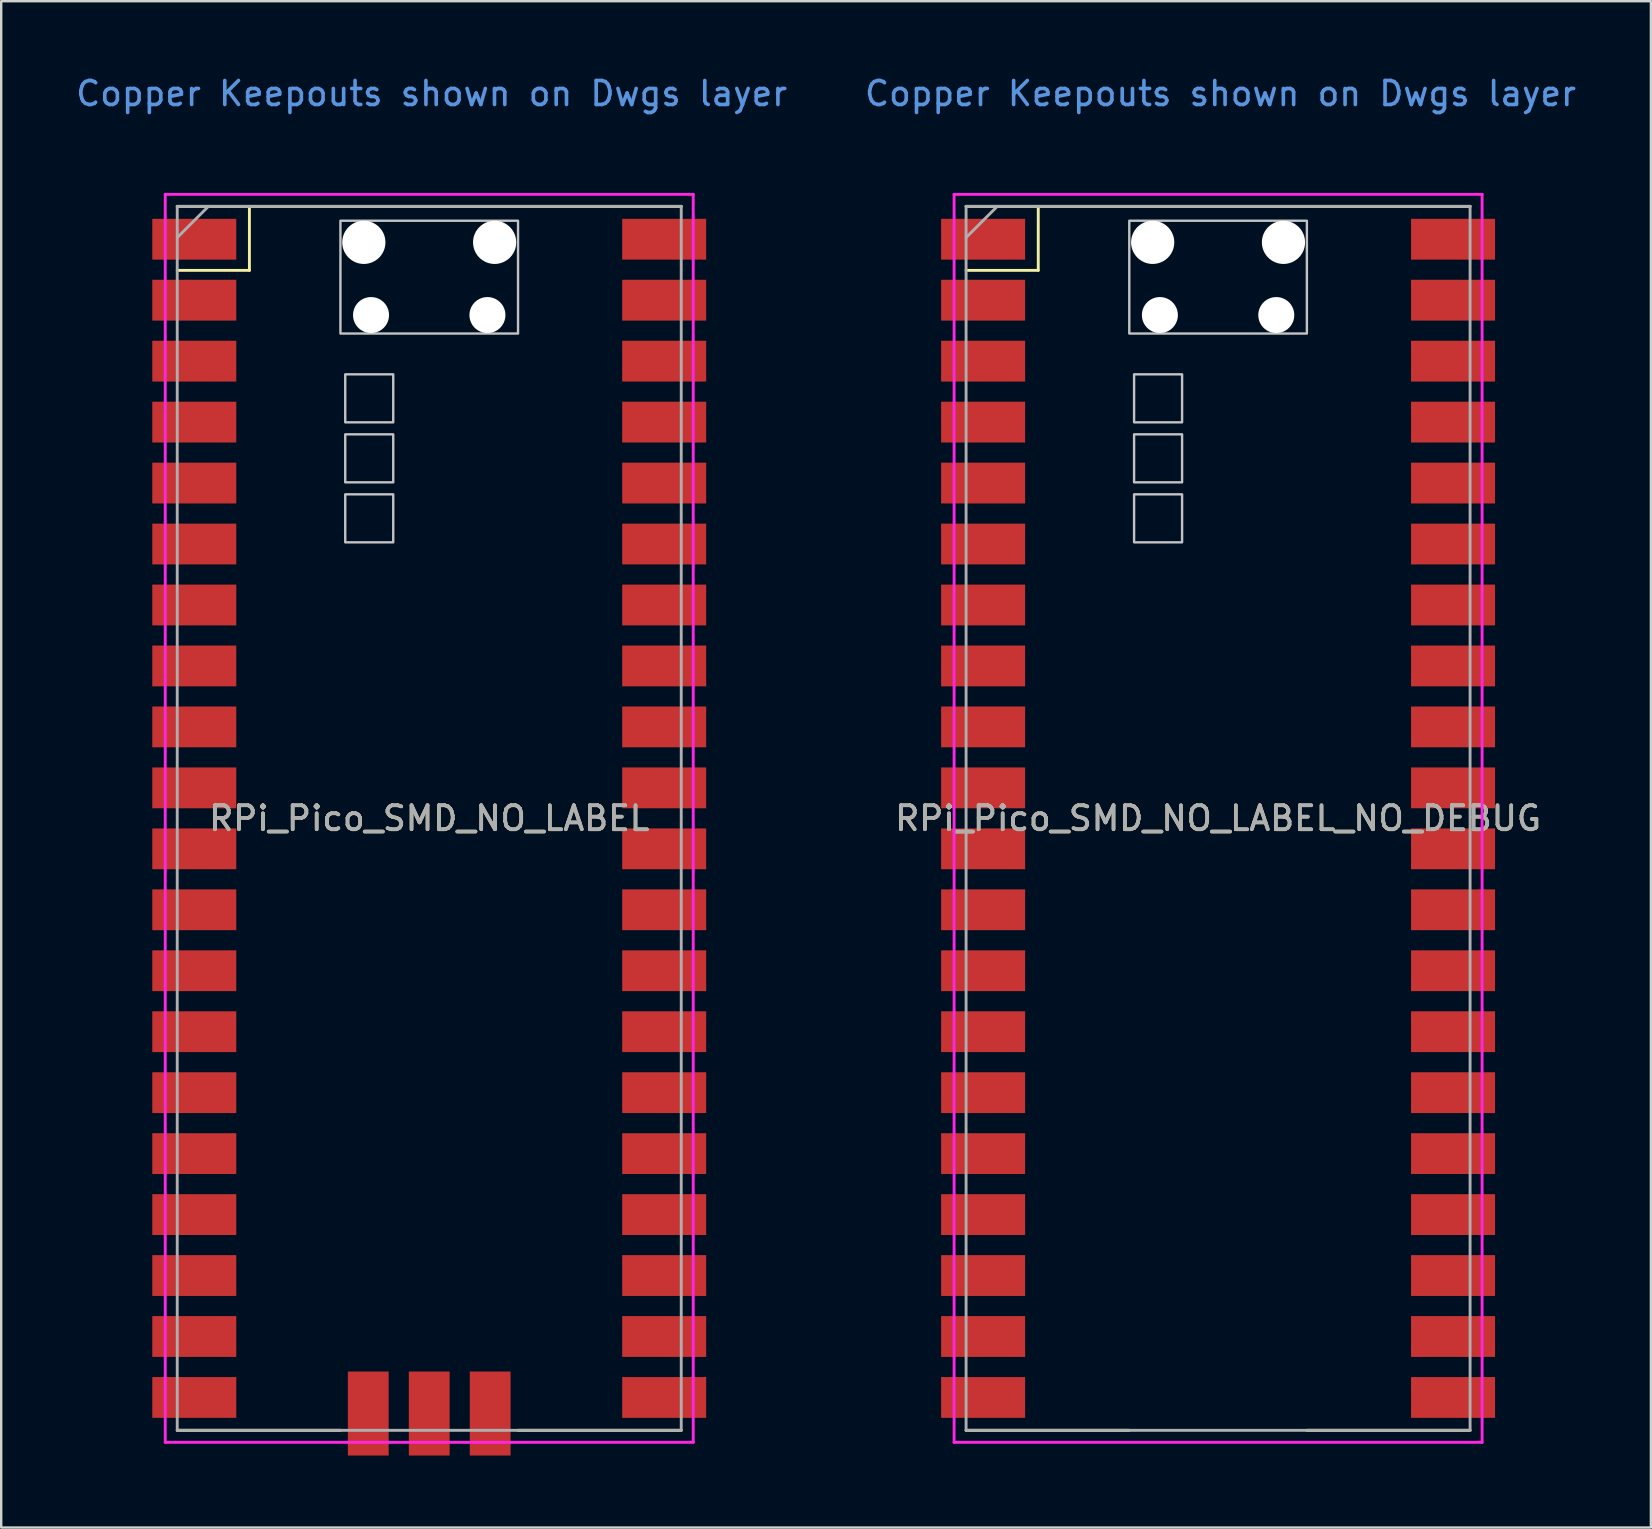
<source format=kicad_pcb>
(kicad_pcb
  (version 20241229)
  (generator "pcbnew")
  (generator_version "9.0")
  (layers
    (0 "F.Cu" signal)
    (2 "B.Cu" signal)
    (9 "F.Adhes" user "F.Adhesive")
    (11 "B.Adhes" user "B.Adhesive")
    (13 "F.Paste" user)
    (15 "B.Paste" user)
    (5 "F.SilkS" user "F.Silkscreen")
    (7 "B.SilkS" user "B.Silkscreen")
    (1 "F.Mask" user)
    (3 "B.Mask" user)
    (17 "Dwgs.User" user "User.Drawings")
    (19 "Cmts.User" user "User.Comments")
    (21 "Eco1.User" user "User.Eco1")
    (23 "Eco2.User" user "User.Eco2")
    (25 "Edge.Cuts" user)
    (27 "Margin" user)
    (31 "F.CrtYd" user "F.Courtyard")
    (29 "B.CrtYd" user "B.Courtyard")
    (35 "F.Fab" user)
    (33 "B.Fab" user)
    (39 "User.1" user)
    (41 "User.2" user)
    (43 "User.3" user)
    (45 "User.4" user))
  (footprint "RPi_Pico_SMD_NO_LABEL"
    (layer "F.Cu")
    (at 14.835 31.048)
    (property "Reference" "RPi_Pico_SMD_NO_LABEL" (at 0 0 0) (layer "F.SilkS") (effects (font (size 1 1) (thickness 0.15))))
    (attr through_hole)
    (fp_line (start -10.5 -25.5) (end 10.5 -25.5) (stroke (width 0.12) (type solid)) (layer "F.SilkS"))
    (fp_line (start -10.5 -22.833) (end -7.493 -22.833) (stroke (width 0.12) (type solid)) (layer "F.SilkS"))
    (fp_line (start -7.493 -22.833) (end -7.493 -25.5) (stroke (width 0.12) (type solid)) (layer "F.SilkS"))
    (fp_line (start -3.7 25.5) (end -10.5 25.5) (stroke (width 0.12) (type solid)) (layer "F.SilkS"))
    (fp_line (start 10.5 25.5) (end 3.7 25.5) (stroke (width 0.12) (type solid)) (layer "F.SilkS"))
    (fp_poly (pts (xy -1.5 -16.5) (xy -3.5 -16.5) (xy -3.5 -18.5) (xy -1.5 -18.5)) (stroke (width 0.1) (type solid)) (fill no) (layer "Dwgs.User"))
    (fp_poly (pts (xy -1.5 -14) (xy -3.5 -14) (xy -3.5 -16) (xy -1.5 -16)) (stroke (width 0.1) (type solid)) (fill no) (layer "Dwgs.User"))
    (fp_poly (pts (xy -1.5 -11.5) (xy -3.5 -11.5) (xy -3.5 -13.5) (xy -1.5 -13.5)) (stroke (width 0.1) (type solid)) (fill no) (layer "Dwgs.User"))
    (fp_poly (pts (xy 3.7 -20.2) (xy -3.7 -20.2) (xy -3.7 -24.9) (xy 3.7 -24.9)) (stroke (width 0.1) (type solid)) (fill no) (layer "Dwgs.User"))
    (fp_line (start -11 -26) (end 11 -26) (stroke (width 0.12) (type solid)) (layer "F.CrtYd"))
    (fp_line (start -11 26) (end -11 -26) (stroke (width 0.12) (type solid)) (layer "F.CrtYd"))
    (fp_line (start 11 -26) (end 11 26) (stroke (width 0.12) (type solid)) (layer "F.CrtYd"))
    (fp_line (start 11 26) (end -11 26) (stroke (width 0.12) (type solid)) (layer "F.CrtYd"))
    (fp_line (start -10.5 -25.5) (end 10.5 -25.5) (stroke (width 0.12) (type solid)) (layer "F.Fab"))
    (fp_line (start -10.5 -24.2) (end -9.2 -25.5) (stroke (width 0.12) (type solid)) (layer "F.Fab"))
    (fp_line (start -10.5 25.5) (end -10.5 -25.5) (stroke (width 0.12) (type solid)) (layer "F.Fab"))
    (fp_line (start 10.5 -25.5) (end 10.5 25.5) (stroke (width 0.12) (type solid)) (layer "F.Fab"))
    (fp_line (start 10.5 25.5) (end -10.5 25.5) (stroke (width 0.12) (type solid)) (layer "F.Fab"))
    (fp_text user "Copper Keepouts shown on Dwgs layer" (at 0.1 -30.2 0) (layer "Cmts.User") (effects (font (size 1 1) (thickness 0.15))))
    (fp_text user "${REFERENCE}" (at 0 0 180) (layer "F.Fab") (effects (font (size 1 1) (thickness 0.15))))
    (pad "" np_thru_hole oval (at -2.725 -24) (size 1.8 1.8) (drill 1.8) (layers "*.Cu" "*.Mask"))
    (pad "" np_thru_hole oval (at -2.425 -20.97) (size 1.5 1.5) (drill 1.5) (layers "*.Cu" "*.Mask"))
    (pad "" np_thru_hole oval (at 2.425 -20.97) (size 1.5 1.5) (drill 1.5) (layers "*.Cu" "*.Mask"))
    (pad "" np_thru_hole oval (at 2.725 -24) (size 1.8 1.8) (drill 1.8) (layers "*.Cu" "*.Mask"))
    (pad "1" smd rect (at -8.89 -24.13) (size 3.5 1.7) (drill (offset -0.9 0)) (layers "F.Cu" "F.Mask" "F.Paste"))
    (pad "2" smd rect (at -8.89 -21.59) (size 3.5 1.7) (drill (offset -0.9 0)) (layers "F.Cu" "F.Mask" "F.Paste"))
    (pad "3" smd rect (at -8.89 -19.05) (size 3.5 1.7) (drill (offset -0.9 0)) (layers "F.Cu" "F.Mask" "F.Paste"))
    (pad "4" smd rect (at -8.89 -16.51) (size 3.5 1.7) (drill (offset -0.9 0)) (layers "F.Cu" "F.Mask" "F.Paste"))
    (pad "5" smd rect (at -8.89 -13.97) (size 3.5 1.7) (drill (offset -0.9 0)) (layers "F.Cu" "F.Mask" "F.Paste"))
    (pad "6" smd rect (at -8.89 -11.43) (size 3.5 1.7) (drill (offset -0.9 0)) (layers "F.Cu" "F.Mask" "F.Paste"))
    (pad "7" smd rect (at -8.89 -8.89) (size 3.5 1.7) (drill (offset -0.9 0)) (layers "F.Cu" "F.Mask" "F.Paste"))
    (pad "8" smd rect (at -8.89 -6.35) (size 3.5 1.7) (drill (offset -0.9 0)) (layers "F.Cu" "F.Mask" "F.Paste"))
    (pad "9" smd rect (at -8.89 -3.81) (size 3.5 1.7) (drill (offset -0.9 0)) (layers "F.Cu" "F.Mask" "F.Paste"))
    (pad "10" smd rect (at -8.89 -1.27) (size 3.5 1.7) (drill (offset -0.9 0)) (layers "F.Cu" "F.Mask" "F.Paste"))
    (pad "11" smd rect (at -8.89 1.27) (size 3.5 1.7) (drill (offset -0.9 0)) (layers "F.Cu" "F.Mask" "F.Paste"))
    (pad "12" smd rect (at -8.89 3.81) (size 3.5 1.7) (drill (offset -0.9 0)) (layers "F.Cu" "F.Mask" "F.Paste"))
    (pad "13" smd rect (at -8.89 6.35) (size 3.5 1.7) (drill (offset -0.9 0)) (layers "F.Cu" "F.Mask" "F.Paste"))
    (pad "14" smd rect (at -8.89 8.89) (size 3.5 1.7) (drill (offset -0.9 0)) (layers "F.Cu" "F.Mask" "F.Paste"))
    (pad "15" smd rect (at -8.89 11.43) (size 3.5 1.7) (drill (offset -0.9 0)) (layers "F.Cu" "F.Mask" "F.Paste"))
    (pad "16" smd rect (at -8.89 13.97) (size 3.5 1.7) (drill (offset -0.9 0)) (layers "F.Cu" "F.Mask" "F.Paste"))
    (pad "17" smd rect (at -8.89 16.51) (size 3.5 1.7) (drill (offset -0.9 0)) (layers "F.Cu" "F.Mask" "F.Paste"))
    (pad "18" smd rect (at -8.89 19.05) (size 3.5 1.7) (drill (offset -0.9 0)) (layers "F.Cu" "F.Mask" "F.Paste"))
    (pad "19" smd rect (at -8.89 21.59) (size 3.5 1.7) (drill (offset -0.9 0)) (layers "F.Cu" "F.Mask" "F.Paste"))
    (pad "20" smd rect (at -8.89 24.13) (size 3.5 1.7) (drill (offset -0.9 0)) (layers "F.Cu" "F.Mask" "F.Paste"))
    (pad "21" smd rect (at 8.89 24.13) (size 3.5 1.7) (drill (offset 0.9 0)) (layers "F.Cu" "F.Mask" "F.Paste"))
    (pad "22" smd rect (at 8.89 21.59) (size 3.5 1.7) (drill (offset 0.9 0)) (layers "F.Cu" "F.Mask" "F.Paste"))
    (pad "23" smd rect (at 8.89 19.05) (size 3.5 1.7) (drill (offset 0.9 0)) (layers "F.Cu" "F.Mask" "F.Paste"))
    (pad "24" smd rect (at 8.89 16.51) (size 3.5 1.7) (drill (offset 0.9 0)) (layers "F.Cu" "F.Mask" "F.Paste"))
    (pad "25" smd rect (at 8.89 13.97) (size 3.5 1.7) (drill (offset 0.9 0)) (layers "F.Cu" "F.Mask" "F.Paste"))
    (pad "26" smd rect (at 8.89 11.43) (size 3.5 1.7) (drill (offset 0.9 0)) (layers "F.Cu" "F.Mask" "F.Paste"))
    (pad "27" smd rect (at 8.89 8.89) (size 3.5 1.7) (drill (offset 0.9 0)) (layers "F.Cu" "F.Mask" "F.Paste"))
    (pad "28" smd rect (at 8.89 6.35) (size 3.5 1.7) (drill (offset 0.9 0)) (layers "F.Cu" "F.Mask" "F.Paste"))
    (pad "29" smd rect (at 8.89 3.81) (size 3.5 1.7) (drill (offset 0.9 0)) (layers "F.Cu" "F.Mask" "F.Paste"))
    (pad "30" smd rect (at 8.89 1.27) (size 3.5 1.7) (drill (offset 0.9 0)) (layers "F.Cu" "F.Mask" "F.Paste"))
    (pad "31" smd rect (at 8.89 -1.27) (size 3.5 1.7) (drill (offset 0.9 0)) (layers "F.Cu" "F.Mask" "F.Paste"))
    (pad "32" smd rect (at 8.89 -3.81) (size 3.5 1.7) (drill (offset 0.9 0)) (layers "F.Cu" "F.Mask" "F.Paste"))
    (pad "33" smd rect (at 8.89 -6.35) (size 3.5 1.7) (drill (offset 0.9 0)) (layers "F.Cu" "F.Mask" "F.Paste"))
    (pad "34" smd rect (at 8.89 -8.89) (size 3.5 1.7) (drill (offset 0.9 0)) (layers "F.Cu" "F.Mask" "F.Paste"))
    (pad "35" smd rect (at 8.89 -11.43) (size 3.5 1.7) (drill (offset 0.9 0)) (layers "F.Cu" "F.Mask" "F.Paste"))
    (pad "36" smd rect (at 8.89 -13.97) (size 3.5 1.7) (drill (offset 0.9 0)) (layers "F.Cu" "F.Mask" "F.Paste"))
    (pad "37" smd rect (at 8.89 -16.51) (size 3.5 1.7) (drill (offset 0.9 0)) (layers "F.Cu" "F.Mask" "F.Paste"))
    (pad "38" smd rect (at 8.89 -19.05) (size 3.5 1.7) (drill (offset 0.9 0)) (layers "F.Cu" "F.Mask" "F.Paste"))
    (pad "39" smd rect (at 8.89 -21.59) (size 3.5 1.7) (drill (offset 0.9 0)) (layers "F.Cu" "F.Mask" "F.Paste"))
    (pad "40" smd rect (at 8.89 -24.13) (size 3.5 1.7) (drill (offset 0.9 0)) (layers "F.Cu" "F.Mask" "F.Paste"))
    (pad "41" smd rect (at -2.54 23.9 90) (size 3.5 1.7) (drill (offset -0.9 0)) (layers "F.Cu" "F.Mask" "F.Paste"))
    (pad "42" smd rect (at 0 23.9 90) (size 3.5 1.7) (drill (offset -0.9 0)) (layers "F.Cu" "F.Mask" "F.Paste"))
    (pad "43" smd rect (at 2.54 23.9 90) (size 3.5 1.7) (drill (offset -0.9 0)) (layers "F.Cu" "F.Mask" "F.Paste")))
  (footprint "RPi_Pico_SMD_NO_LABEL_NO_DEBUG"
    (layer "F.Cu")
    (at 47.704 31.048)
    (property "Reference" "RPi_Pico_SMD_NO_LABEL_NO_DEBUG" (at 0 0 0) (layer "F.SilkS") (effects (font (size 1 1) (thickness 0.15))))
    (attr through_hole)
    (fp_line (start -10.5 -25.5) (end 10.5 -25.5) (stroke (width 0.12) (type solid)) (layer "F.SilkS"))
    (fp_line (start -10.5 -22.833) (end -7.493 -22.833) (stroke (width 0.12) (type solid)) (layer "F.SilkS"))
    (fp_line (start -7.493 -22.833) (end -7.493 -25.5) (stroke (width 0.12) (type solid)) (layer "F.SilkS"))
    (fp_line (start -3.7 25.5) (end -10.5 25.5) (stroke (width 0.12) (type solid)) (layer "F.SilkS"))
    (fp_line (start 10.5 25.5) (end 3.7 25.5) (stroke (width 0.12) (type solid)) (layer "F.SilkS"))
    (fp_poly (pts (xy -1.5 -16.5) (xy -3.5 -16.5) (xy -3.5 -18.5) (xy -1.5 -18.5)) (stroke (width 0.1) (type solid)) (fill no) (layer "Dwgs.User"))
    (fp_poly (pts (xy -1.5 -14) (xy -3.5 -14) (xy -3.5 -16) (xy -1.5 -16)) (stroke (width 0.1) (type solid)) (fill no) (layer "Dwgs.User"))
    (fp_poly (pts (xy -1.5 -11.5) (xy -3.5 -11.5) (xy -3.5 -13.5) (xy -1.5 -13.5)) (stroke (width 0.1) (type solid)) (fill no) (layer "Dwgs.User"))
    (fp_poly (pts (xy 3.7 -20.2) (xy -3.7 -20.2) (xy -3.7 -24.9) (xy 3.7 -24.9)) (stroke (width 0.1) (type solid)) (fill no) (layer "Dwgs.User"))
    (fp_line (start -11 -26) (end 11 -26) (stroke (width 0.12) (type solid)) (layer "F.CrtYd"))
    (fp_line (start -11 26) (end -11 -26) (stroke (width 0.12) (type solid)) (layer "F.CrtYd"))
    (fp_line (start 11 -26) (end 11 26) (stroke (width 0.12) (type solid)) (layer "F.CrtYd"))
    (fp_line (start 11 26) (end -11 26) (stroke (width 0.12) (type solid)) (layer "F.CrtYd"))
    (fp_line (start -10.5 -25.5) (end 10.5 -25.5) (stroke (width 0.12) (type solid)) (layer "F.Fab"))
    (fp_line (start -10.5 -24.2) (end -9.2 -25.5) (stroke (width 0.12) (type solid)) (layer "F.Fab"))
    (fp_line (start -10.5 25.5) (end -10.5 -25.5) (stroke (width 0.12) (type solid)) (layer "F.Fab"))
    (fp_line (start 10.5 -25.5) (end 10.5 25.5) (stroke (width 0.12) (type solid)) (layer "F.Fab"))
    (fp_line (start 10.5 25.5) (end -10.5 25.5) (stroke (width 0.12) (type solid)) (layer "F.Fab"))
    (fp_text user "Copper Keepouts shown on Dwgs layer" (at 0.1 -30.2 0) (layer "Cmts.User") (effects (font (size 1 1) (thickness 0.15))))
    (fp_text user "${REFERENCE}" (at 0 0 180) (layer "F.Fab") (effects (font (size 1 1) (thickness 0.15))))
    (pad "" np_thru_hole oval (at -2.725 -24) (size 1.8 1.8) (drill 1.8) (layers "*.Cu" "*.Mask"))
    (pad "" np_thru_hole oval (at -2.425 -20.97) (size 1.5 1.5) (drill 1.5) (layers "*.Cu" "*.Mask"))
    (pad "" np_thru_hole oval (at 2.425 -20.97) (size 1.5 1.5) (drill 1.5) (layers "*.Cu" "*.Mask"))
    (pad "" np_thru_hole oval (at 2.725 -24) (size 1.8 1.8) (drill 1.8) (layers "*.Cu" "*.Mask"))
    (pad "1" smd rect (at -8.89 -24.13) (size 3.5 1.7) (drill (offset -0.9 0)) (layers "F.Cu" "F.Mask" "F.Paste"))
    (pad "2" smd rect (at -8.89 -21.59) (size 3.5 1.7) (drill (offset -0.9 0)) (layers "F.Cu" "F.Mask" "F.Paste"))
    (pad "3" smd rect (at -8.89 -19.05) (size 3.5 1.7) (drill (offset -0.9 0)) (layers "F.Cu" "F.Mask" "F.Paste"))
    (pad "4" smd rect (at -8.89 -16.51) (size 3.5 1.7) (drill (offset -0.9 0)) (layers "F.Cu" "F.Mask" "F.Paste"))
    (pad "5" smd rect (at -8.89 -13.97) (size 3.5 1.7) (drill (offset -0.9 0)) (layers "F.Cu" "F.Mask" "F.Paste"))
    (pad "6" smd rect (at -8.89 -11.43) (size 3.5 1.7) (drill (offset -0.9 0)) (layers "F.Cu" "F.Mask" "F.Paste"))
    (pad "7" smd rect (at -8.89 -8.89) (size 3.5 1.7) (drill (offset -0.9 0)) (layers "F.Cu" "F.Mask" "F.Paste"))
    (pad "8" smd rect (at -8.89 -6.35) (size 3.5 1.7) (drill (offset -0.9 0)) (layers "F.Cu" "F.Mask" "F.Paste"))
    (pad "9" smd rect (at -8.89 -3.81) (size 3.5 1.7) (drill (offset -0.9 0)) (layers "F.Cu" "F.Mask" "F.Paste"))
    (pad "10" smd rect (at -8.89 -1.27) (size 3.5 1.7) (drill (offset -0.9 0)) (layers "F.Cu" "F.Mask" "F.Paste"))
    (pad "11" smd rect (at -8.89 1.27) (size 3.5 1.7) (drill (offset -0.9 0)) (layers "F.Cu" "F.Mask" "F.Paste"))
    (pad "12" smd rect (at -8.89 3.81) (size 3.5 1.7) (drill (offset -0.9 0)) (layers "F.Cu" "F.Mask" "F.Paste"))
    (pad "13" smd rect (at -8.89 6.35) (size 3.5 1.7) (drill (offset -0.9 0)) (layers "F.Cu" "F.Mask" "F.Paste"))
    (pad "14" smd rect (at -8.89 8.89) (size 3.5 1.7) (drill (offset -0.9 0)) (layers "F.Cu" "F.Mask" "F.Paste"))
    (pad "15" smd rect (at -8.89 11.43) (size 3.5 1.7) (drill (offset -0.9 0)) (layers "F.Cu" "F.Mask" "F.Paste"))
    (pad "16" smd rect (at -8.89 13.97) (size 3.5 1.7) (drill (offset -0.9 0)) (layers "F.Cu" "F.Mask" "F.Paste"))
    (pad "17" smd rect (at -8.89 16.51) (size 3.5 1.7) (drill (offset -0.9 0)) (layers "F.Cu" "F.Mask" "F.Paste"))
    (pad "18" smd rect (at -8.89 19.05) (size 3.5 1.7) (drill (offset -0.9 0)) (layers "F.Cu" "F.Mask" "F.Paste"))
    (pad "19" smd rect (at -8.89 21.59) (size 3.5 1.7) (drill (offset -0.9 0)) (layers "F.Cu" "F.Mask" "F.Paste"))
    (pad "20" smd rect (at -8.89 24.13) (size 3.5 1.7) (drill (offset -0.9 0)) (layers "F.Cu" "F.Mask" "F.Paste"))
    (pad "21" smd rect (at 8.89 24.13) (size 3.5 1.7) (drill (offset 0.9 0)) (layers "F.Cu" "F.Mask" "F.Paste"))
    (pad "22" smd rect (at 8.89 21.59) (size 3.5 1.7) (drill (offset 0.9 0)) (layers "F.Cu" "F.Mask" "F.Paste"))
    (pad "23" smd rect (at 8.89 19.05) (size 3.5 1.7) (drill (offset 0.9 0)) (layers "F.Cu" "F.Mask" "F.Paste"))
    (pad "24" smd rect (at 8.89 16.51) (size 3.5 1.7) (drill (offset 0.9 0)) (layers "F.Cu" "F.Mask" "F.Paste"))
    (pad "25" smd rect (at 8.89 13.97) (size 3.5 1.7) (drill (offset 0.9 0)) (layers "F.Cu" "F.Mask" "F.Paste"))
    (pad "26" smd rect (at 8.89 11.43) (size 3.5 1.7) (drill (offset 0.9 0)) (layers "F.Cu" "F.Mask" "F.Paste"))
    (pad "27" smd rect (at 8.89 8.89) (size 3.5 1.7) (drill (offset 0.9 0)) (layers "F.Cu" "F.Mask" "F.Paste"))
    (pad "28" smd rect (at 8.89 6.35) (size 3.5 1.7) (drill (offset 0.9 0)) (layers "F.Cu" "F.Mask" "F.Paste"))
    (pad "29" smd rect (at 8.89 3.81) (size 3.5 1.7) (drill (offset 0.9 0)) (layers "F.Cu" "F.Mask" "F.Paste"))
    (pad "30" smd rect (at 8.89 1.27) (size 3.5 1.7) (drill (offset 0.9 0)) (layers "F.Cu" "F.Mask" "F.Paste"))
    (pad "31" smd rect (at 8.89 -1.27) (size 3.5 1.7) (drill (offset 0.9 0)) (layers "F.Cu" "F.Mask" "F.Paste"))
    (pad "32" smd rect (at 8.89 -3.81) (size 3.5 1.7) (drill (offset 0.9 0)) (layers "F.Cu" "F.Mask" "F.Paste"))
    (pad "33" smd rect (at 8.89 -6.35) (size 3.5 1.7) (drill (offset 0.9 0)) (layers "F.Cu" "F.Mask" "F.Paste"))
    (pad "34" smd rect (at 8.89 -8.89) (size 3.5 1.7) (drill (offset 0.9 0)) (layers "F.Cu" "F.Mask" "F.Paste"))
    (pad "35" smd rect (at 8.89 -11.43) (size 3.5 1.7) (drill (offset 0.9 0)) (layers "F.Cu" "F.Mask" "F.Paste"))
    (pad "36" smd rect (at 8.89 -13.97) (size 3.5 1.7) (drill (offset 0.9 0)) (layers "F.Cu" "F.Mask" "F.Paste"))
    (pad "37" smd rect (at 8.89 -16.51) (size 3.5 1.7) (drill (offset 0.9 0)) (layers "F.Cu" "F.Mask" "F.Paste"))
    (pad "38" smd rect (at 8.89 -19.05) (size 3.5 1.7) (drill (offset 0.9 0)) (layers "F.Cu" "F.Mask" "F.Paste"))
    (pad "39" smd rect (at 8.89 -21.59) (size 3.5 1.7) (drill (offset 0.9 0)) (layers "F.Cu" "F.Mask" "F.Paste"))
    (pad "40" smd rect (at 8.89 -24.13) (size 3.5 1.7) (drill (offset 0.9 0)) (layers "F.Cu" "F.Mask" "F.Paste")))
  (gr_rect
    (start -3 -3)
    (end 65.738 60.598)
    (stroke (width 0.1) (type default))
    (fill no)
    (layer "Edge.Cuts")))
</source>
